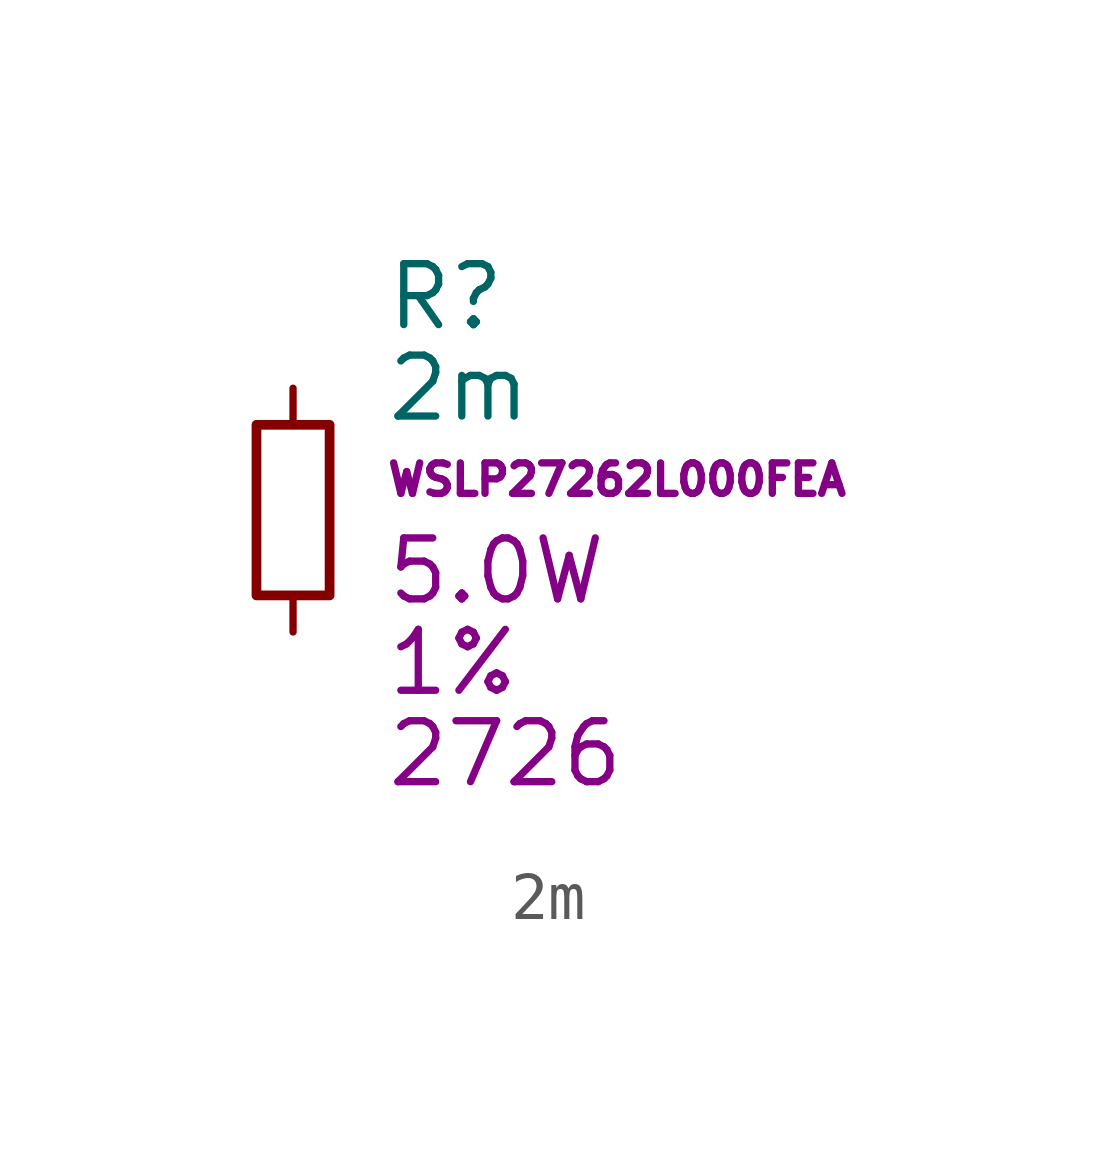
<source format=kicad_sym>
(kicad_symbol_lib
  (version 20220914)
  (generator kicad_symbol_editor)
  (symbol "2m"
    (pin_numbers hide)
    (pin_names hide)
    (property "Reference" "R"
      (at 1.905 1.905 0)
      (effects (font (size 1.27 1.27)) (justify left)))
    (property "Value" "2m"
      (at 1.905 0 0)
      (effects (font (size 1.27 1.27)) (justify left)))
    (property "Mfr PN" "WSLP27262L000FEA"
      (at 1.905 -1.905 0)
      (effects (font (size 0.635 0.635)) (justify left)))
    (property "Power" "5.0W"
      (at 1.905 -3.81 0)
      (effects (font (size 1.27 1.27)) (justify left)))
    (property "Package" "2726"
      (at 1.905 -7.62 0)
      (effects (font (size 1.27 1.27)) (justify left)))
    (property "Tolerance" "1%"
      (at 1.905 -5.715 0)
      (effects (font (size 1.27 1.27)) (justify left)))
    (symbol "2m_0_1"
      (rectangle (start -0.762 -0.762) (end 0.762 -4.318) (stroke (width 0.203) (type default)) (fill (type none))))
    (symbol "2m_1_1"
      (pin passive line (at 0 0 270) (length 0.762) (name "~" (effects (font (size 1.27 1.27)))) (number "1" (effects (font (size 1.27 1.27)))))
      (pin passive line (at 0 -5.08 90) (length 0.762) (name "~" (effects (font (size 1.27 1.27)))) (number "2" (effects (font (size 1.27 1.27))))))))
</source>
